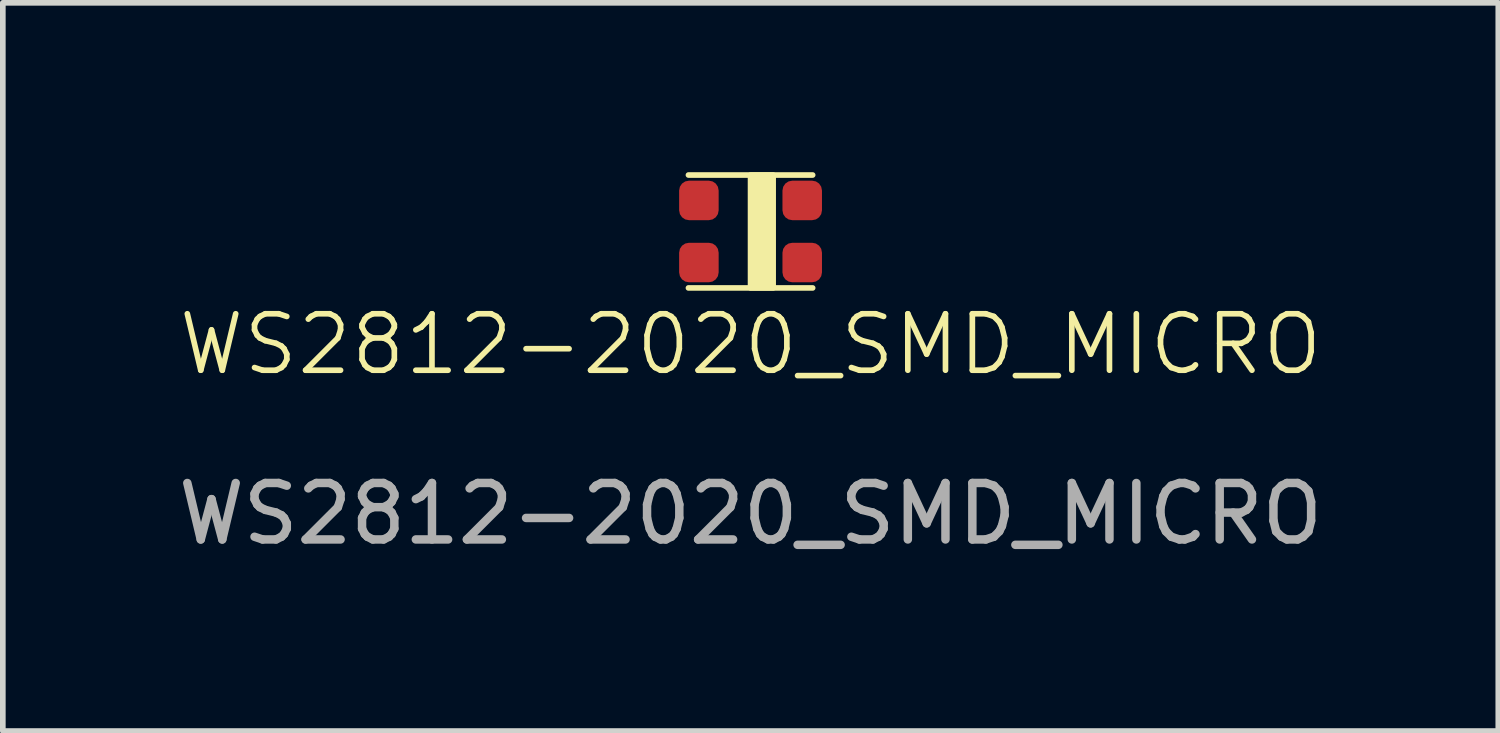
<source format=kicad_pcb>
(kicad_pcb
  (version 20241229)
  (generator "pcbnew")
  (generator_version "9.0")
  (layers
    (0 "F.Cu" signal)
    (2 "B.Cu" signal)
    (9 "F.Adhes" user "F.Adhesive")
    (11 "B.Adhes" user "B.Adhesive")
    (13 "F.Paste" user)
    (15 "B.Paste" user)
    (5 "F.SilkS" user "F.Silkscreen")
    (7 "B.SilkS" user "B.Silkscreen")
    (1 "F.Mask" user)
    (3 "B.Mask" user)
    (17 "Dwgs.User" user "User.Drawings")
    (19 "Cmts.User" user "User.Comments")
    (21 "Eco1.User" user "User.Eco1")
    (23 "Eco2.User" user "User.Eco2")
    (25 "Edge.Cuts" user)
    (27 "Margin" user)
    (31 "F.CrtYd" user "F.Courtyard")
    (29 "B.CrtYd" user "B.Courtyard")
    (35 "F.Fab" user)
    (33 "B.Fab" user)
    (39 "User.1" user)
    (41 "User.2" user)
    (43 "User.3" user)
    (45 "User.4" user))
  (footprint "WS2812-2020_SMD_MICRO"
    (layer "F.Cu")
    (at 10.244 1.05)
    (property "Reference" "WS2812-2020_SMD_MICRO" (at 0 2 0) (unlocked yes) (layer "F.SilkS") (effects (font (size 1 1) (thickness 0.1))))
    (attr smd)
    (fp_line (start -1.1 -1) (end 1.1 -1) (stroke (width 0.1) (type default)) (layer "F.SilkS"))
    (fp_line (start -1.1 1) (end 1.1 1) (stroke (width 0.1) (type default)) (layer "F.SilkS"))
    (fp_rect (start 0 -1) (end 0.4 1) (stroke (width 0.1) (type solid)) (fill yes) (layer "F.SilkS"))
    (fp_text user "${REFERENCE}" (at 0 5 0) (unlocked yes) (layer "F.Fab") (effects (font (size 1 1) (thickness 0.15))))
    (pad "1" smd roundrect (at -0.915 0.55) (size 0.7 0.7) (layers "F.Cu" "F.Mask" "F.Paste") (roundrect_rratio 0.25))
    (pad "2" smd roundrect (at 0.915 0.55) (size 0.7 0.7) (layers "F.Cu" "F.Mask" "F.Paste") (roundrect_rratio 0.25))
    (pad "3" smd roundrect (at 0.915 -0.55) (size 0.7 0.7) (layers "F.Cu" "F.Mask" "F.Paste") (roundrect_rratio 0.25))
    (pad "4" smd roundrect (at -0.915 -0.55) (size 0.7 0.7) (layers "F.Cu" "F.Mask" "F.Paste") (roundrect_rratio 0.25)))
  (gr_rect
    (start -3 -3)
    (end 23.488 9.898)
    (stroke (width 0.1) (type default))
    (fill no)
    (layer "Edge.Cuts")))
</source>
